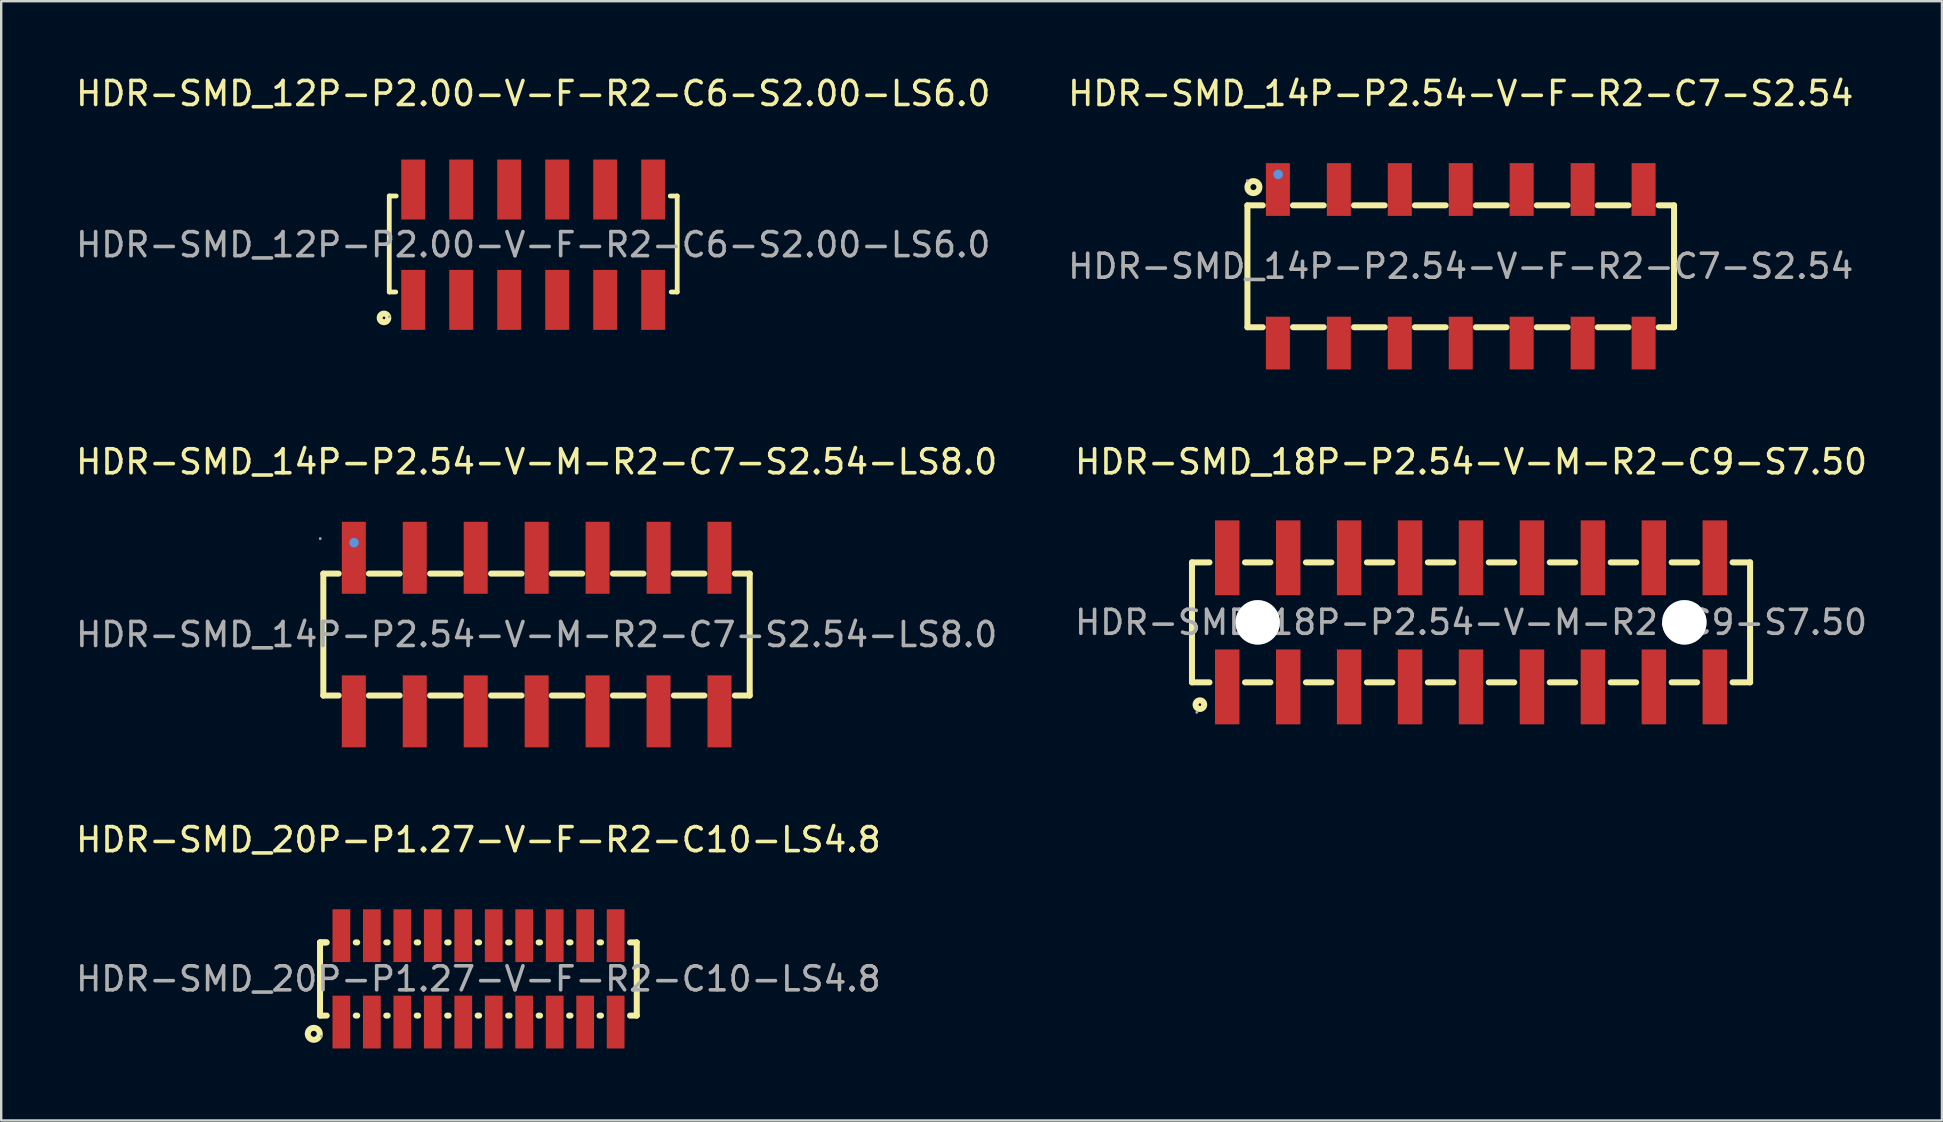
<source format=kicad_pcb>
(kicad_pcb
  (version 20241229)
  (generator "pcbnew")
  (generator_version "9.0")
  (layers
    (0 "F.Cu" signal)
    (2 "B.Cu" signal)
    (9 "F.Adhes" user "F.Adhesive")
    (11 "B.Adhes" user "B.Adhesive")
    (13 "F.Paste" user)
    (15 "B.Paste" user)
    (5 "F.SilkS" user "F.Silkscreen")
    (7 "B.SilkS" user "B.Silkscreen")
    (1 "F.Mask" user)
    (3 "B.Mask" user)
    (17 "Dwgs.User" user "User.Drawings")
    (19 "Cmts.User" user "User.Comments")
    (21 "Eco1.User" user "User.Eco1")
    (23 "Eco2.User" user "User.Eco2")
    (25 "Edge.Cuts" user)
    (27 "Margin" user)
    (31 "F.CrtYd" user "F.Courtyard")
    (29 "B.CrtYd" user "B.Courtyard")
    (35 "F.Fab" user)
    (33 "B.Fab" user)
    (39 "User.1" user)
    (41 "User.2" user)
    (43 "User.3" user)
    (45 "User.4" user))
  (footprint "HDR-SMD_12P-P2.00-V-F-R2-C6-S2.00-LS6.0"
    (layer "F.Cu")
    (at 19.173 7.148)
    (property "Reference" "HDR-SMD_12P-P2.00-V-F-R2-C6-S2.00-LS6.0" (at 0 -6.3 0) (layer "F.SilkS") (effects (font (size 1 1) (thickness 0.15))))
    (attr through_hole)
    (fp_line (start -6 -2.03) (end -6 1.97) (stroke (width 0.2) (type solid)) (layer "F.SilkS"))
    (fp_line (start -6 1.97) (end -5.73 1.97) (stroke (width 0.2) (type solid)) (layer "F.SilkS"))
    (fp_line (start -5.71 -2.03) (end -6 -2.03) (stroke (width 0.2) (type solid)) (layer "F.SilkS"))
    (fp_line (start 5.71 -2.03) (end 6 -2.03) (stroke (width 0.2) (type solid)) (layer "F.SilkS"))
    (fp_line (start 6 -2.03) (end 6 1.97) (stroke (width 0.2) (type solid)) (layer "F.SilkS"))
    (fp_line (start 6 1.97) (end 5.75 1.97) (stroke (width 0.2) (type solid)) (layer "F.SilkS"))
    (fp_circle (center -6.22 3.05) (end -6.04 3.05) (stroke (width 0.25) (type solid)) (fill no) (layer "F.SilkS"))
    (fp_circle (center -6 3) (end -5.97 3) (stroke (width 0.06) (type solid)) (fill no) (layer "F.Fab"))
    (fp_text user "${REFERENCE}" (at 0 0 0) (layer "F.Fab") (effects (font (size 1 1) (thickness 0.15))))
    (pad "1" smd rect (at -5 2.3) (size 1 2.5) (layers "F.Cu" "F.Mask" "F.Paste"))
    (pad "2" smd rect (at -5 -2.3) (size 1 2.5) (layers "F.Cu" "F.Mask" "F.Paste"))
    (pad "3" smd rect (at -3 2.3) (size 1 2.5) (layers "F.Cu" "F.Mask" "F.Paste"))
    (pad "4" smd rect (at -3 -2.3) (size 1 2.5) (layers "F.Cu" "F.Mask" "F.Paste"))
    (pad "5" smd rect (at -1 2.3) (size 1 2.5) (layers "F.Cu" "F.Mask" "F.Paste"))
    (pad "6" smd rect (at -1 -2.3) (size 1 2.5) (layers "F.Cu" "F.Mask" "F.Paste"))
    (pad "7" smd rect (at 1 2.3) (size 1 2.5) (layers "F.Cu" "F.Mask" "F.Paste"))
    (pad "8" smd rect (at 1 -2.3) (size 1 2.5) (layers "F.Cu" "F.Mask" "F.Paste"))
    (pad "9" smd rect (at 3 2.3) (size 1 2.5) (layers "F.Cu" "F.Mask" "F.Paste"))
    (pad "10" smd rect (at 3 -2.3) (size 1 2.5) (layers "F.Cu" "F.Mask" "F.Paste"))
    (pad "11" smd rect (at 5 2.3) (size 1 2.5) (layers "F.Cu" "F.Mask" "F.Paste"))
    (pad "12" smd rect (at 5 -2.3) (size 1 2.5) (layers "F.Cu" "F.Mask" "F.Paste")))
  (footprint "HDR-SMD_14P-P2.54-V-M-R2-C7-S2.54-LS8.0"
    (layer "F.Cu")
    (at 19.315 23.396)
    (property "Reference" "HDR-SMD_14P-P2.54-V-M-R2-C7-S2.54-LS8.0" (at 0 -7.2 0) (layer "F.SilkS") (effects (font (size 1 1) (thickness 0.15))))
    (attr through_hole)
    (fp_line (start -8.89 -2.54) (end -8.89 2.54) (stroke (width 0.25) (type solid)) (layer "F.SilkS"))
    (fp_line (start -8.89 2.54) (end -8.25 2.54) (stroke (width 0.25) (type solid)) (layer "F.SilkS"))
    (fp_line (start -8.25 -2.54) (end -8.89 -2.54) (stroke (width 0.25) (type solid)) (layer "F.SilkS"))
    (fp_line (start -6.99 2.54) (end -5.71 2.54) (stroke (width 0.25) (type solid)) (layer "F.SilkS"))
    (fp_line (start -5.71 -2.54) (end -6.99 -2.54) (stroke (width 0.25) (type solid)) (layer "F.SilkS"))
    (fp_line (start -4.44 2.54) (end -3.17 2.54) (stroke (width 0.25) (type solid)) (layer "F.SilkS"))
    (fp_line (start -3.17 -2.54) (end -4.44 -2.54) (stroke (width 0.25) (type solid)) (layer "F.SilkS"))
    (fp_line (start -1.9 2.54) (end -0.63 2.54) (stroke (width 0.25) (type solid)) (layer "F.SilkS"))
    (fp_line (start -0.63 -2.54) (end -1.9 -2.54) (stroke (width 0.25) (type solid)) (layer "F.SilkS"))
    (fp_line (start 0.63 2.54) (end 1.9 2.54) (stroke (width 0.25) (type solid)) (layer "F.SilkS"))
    (fp_line (start 1.9 -2.54) (end 0.63 -2.54) (stroke (width 0.25) (type solid)) (layer "F.SilkS"))
    (fp_line (start 3.18 2.54) (end 4.45 2.54) (stroke (width 0.25) (type solid)) (layer "F.SilkS"))
    (fp_line (start 4.45 -2.54) (end 3.18 -2.54) (stroke (width 0.25) (type solid)) (layer "F.SilkS"))
    (fp_line (start 5.72 2.54) (end 6.99 2.54) (stroke (width 0.25) (type solid)) (layer "F.SilkS"))
    (fp_line (start 6.99 -2.54) (end 5.72 -2.54) (stroke (width 0.25) (type solid)) (layer "F.SilkS"))
    (fp_line (start 8.26 2.54) (end 8.88 2.54) (stroke (width 0.25) (type solid)) (layer "F.SilkS"))
    (fp_line (start 8.88 -2.54) (end 8.26 -2.54) (stroke (width 0.25) (type solid)) (layer "F.SilkS"))
    (fp_line (start 8.88 2.54) (end 8.88 -2.54) (stroke (width 0.25) (type solid)) (layer "F.SilkS"))
    (fp_circle (center -7.61 -3.83) (end -7.51 -3.83) (stroke (width 0.2) (type solid)) (fill no) (layer "Cmts.User"))
    (fp_circle (center -9.02 -4) (end -8.99 -4) (stroke (width 0.06) (type solid)) (fill no) (layer "F.Fab"))
    (fp_text user "${REFERENCE}" (at 0 0 0) (layer "F.Fab") (effects (font (size 1 1) (thickness 0.15))))
    (pad "1" smd rect (at -7.62 -3.2) (size 1 3) (layers "F.Cu" "F.Mask" "F.Paste"))
    (pad "2" smd rect (at -7.62 3.2) (size 1 3) (layers "F.Cu" "F.Mask" "F.Paste"))
    (pad "3" smd rect (at -5.08 -3.2) (size 1 3) (layers "F.Cu" "F.Mask" "F.Paste"))
    (pad "4" smd rect (at -5.08 3.2) (size 1 3) (layers "F.Cu" "F.Mask" "F.Paste"))
    (pad "5" smd rect (at -2.54 -3.2) (size 1 3) (layers "F.Cu" "F.Mask" "F.Paste"))
    (pad "6" smd rect (at -2.54 3.2) (size 1 3) (layers "F.Cu" "F.Mask" "F.Paste"))
    (pad "7" smd rect (at 0 -3.2) (size 1 3) (layers "F.Cu" "F.Mask" "F.Paste"))
    (pad "8" smd rect (at 0 3.2) (size 1 3) (layers "F.Cu" "F.Mask" "F.Paste"))
    (pad "9" smd rect (at 2.54 -3.2) (size 1 3) (layers "F.Cu" "F.Mask" "F.Paste"))
    (pad "10" smd rect (at 2.54 3.2) (size 1 3) (layers "F.Cu" "F.Mask" "F.Paste"))
    (pad "11" smd rect (at 5.08 -3.2) (size 1 3) (layers "F.Cu" "F.Mask" "F.Paste"))
    (pad "12" smd rect (at 5.08 3.2) (size 1 3) (layers "F.Cu" "F.Mask" "F.Paste"))
    (pad "13" smd rect (at 7.62 -3.2) (size 1 3) (layers "F.Cu" "F.Mask" "F.Paste"))
    (pad "14" smd rect (at 7.62 3.2) (size 1 3) (layers "F.Cu" "F.Mask" "F.Paste")))
  (footprint "HDR-SMD_18P-P2.54-V-M-R2-C9-S7.50"
    (layer "F.Cu")
    (at 58.256 22.887)
    (property "Reference" "HDR-SMD_18P-P2.54-V-M-R2-C9-S7.50" (at 0 -6.69 0) (layer "F.SilkS") (effects (font (size 1 1) (thickness 0.15))))
    (attr through_hole)
    (fp_line (start -11.63 -2.5) (end -11.63 2.5) (stroke (width 0.25) (type solid)) (layer "F.SilkS"))
    (fp_line (start -11.63 -2.5) (end -10.9 -2.5) (stroke (width 0.25) (type solid)) (layer "F.SilkS"))
    (fp_line (start -11.63 2.5) (end -10.9 2.5) (stroke (width 0.25) (type solid)) (layer "F.SilkS"))
    (fp_line (start -9.42 -2.5) (end -8.36 -2.5) (stroke (width 0.25) (type solid)) (layer "F.SilkS"))
    (fp_line (start -9.42 2.5) (end -8.36 2.5) (stroke (width 0.25) (type solid)) (layer "F.SilkS"))
    (fp_line (start -6.88 -2.5) (end -5.82 -2.5) (stroke (width 0.25) (type solid)) (layer "F.SilkS"))
    (fp_line (start -6.88 2.5) (end -5.82 2.5) (stroke (width 0.25) (type solid)) (layer "F.SilkS"))
    (fp_line (start -4.34 -2.5) (end -3.28 -2.5) (stroke (width 0.25) (type solid)) (layer "F.SilkS"))
    (fp_line (start -4.34 2.5) (end -3.28 2.5) (stroke (width 0.25) (type solid)) (layer "F.SilkS"))
    (fp_line (start -1.8 -2.5) (end -0.74 -2.5) (stroke (width 0.25) (type solid)) (layer "F.SilkS"))
    (fp_line (start -1.8 2.5) (end -0.74 2.5) (stroke (width 0.25) (type solid)) (layer "F.SilkS"))
    (fp_line (start 0.74 -2.5) (end 1.8 -2.5) (stroke (width 0.25) (type solid)) (layer "F.SilkS"))
    (fp_line (start 0.74 2.5) (end 1.8 2.5) (stroke (width 0.25) (type solid)) (layer "F.SilkS"))
    (fp_line (start 3.28 -2.5) (end 4.34 -2.5) (stroke (width 0.25) (type solid)) (layer "F.SilkS"))
    (fp_line (start 3.28 2.5) (end 4.34 2.5) (stroke (width 0.25) (type solid)) (layer "F.SilkS"))
    (fp_line (start 5.82 -2.5) (end 6.88 -2.5) (stroke (width 0.25) (type solid)) (layer "F.SilkS"))
    (fp_line (start 5.82 2.5) (end 6.88 2.5) (stroke (width 0.25) (type solid)) (layer "F.SilkS"))
    (fp_line (start 8.36 -2.5) (end 9.42 -2.5) (stroke (width 0.25) (type solid)) (layer "F.SilkS"))
    (fp_line (start 8.36 2.5) (end 9.42 2.5) (stroke (width 0.25) (type solid)) (layer "F.SilkS"))
    (fp_line (start 10.9 -2.5) (end 11.63 -2.5) (stroke (width 0.25) (type solid)) (layer "F.SilkS"))
    (fp_line (start 10.9 2.5) (end 11.63 2.5) (stroke (width 0.25) (type solid)) (layer "F.SilkS"))
    (fp_line (start 11.63 -2.5) (end 11.63 2.5) (stroke (width 0.25) (type solid)) (layer "F.SilkS"))
    (fp_circle (center -11.3 3.43) (end -11.12 3.43) (stroke (width 0.25) (type solid)) (fill no) (layer "F.SilkS"))
    (fp_circle (center -8.89 0) (end -8.49 0) (stroke (width 0.8) (type solid)) (fill no) (layer "Cmts.User"))
    (fp_circle (center 8.89 0) (end 9.29 0) (stroke (width 0.8) (type solid)) (fill no) (layer "Cmts.User"))
    (fp_circle (center -11.43 3.75) (end -11.4 3.75) (stroke (width 0.06) (type solid)) (fill no) (layer "F.Fab"))
    (fp_text user "${REFERENCE}" (at 0 0 0) (layer "F.Fab") (effects (font (size 1 1) (thickness 0.15))))
    (pad "" thru_hole circle (at -8.89 0) (size 1.85 1.85) (drill 1.85) (layers "*.Cu" "*.Mask"))
    (pad "" thru_hole circle (at 8.89 0) (size 1.85 1.85) (drill 1.85) (layers "*.Cu" "*.Mask"))
    (pad "1" smd rect (at -10.16 2.69 90) (size 3.12 1.02) (layers "F.Cu" "F.Mask" "F.Paste"))
    (pad "2" smd rect (at -10.16 -2.69 90) (size 3.12 1.02) (layers "F.Cu" "F.Mask" "F.Paste"))
    (pad "3" smd rect (at -7.62 2.69 90) (size 3.12 1.02) (layers "F.Cu" "F.Mask" "F.Paste"))
    (pad "4" smd rect (at -7.62 -2.69 90) (size 3.12 1.02) (layers "F.Cu" "F.Mask" "F.Paste"))
    (pad "5" smd rect (at -5.08 2.69 90) (size 3.12 1.02) (layers "F.Cu" "F.Mask" "F.Paste"))
    (pad "6" smd rect (at -5.08 -2.69 90) (size 3.12 1.02) (layers "F.Cu" "F.Mask" "F.Paste"))
    (pad "7" smd rect (at -2.54 2.69 90) (size 3.12 1.02) (layers "F.Cu" "F.Mask" "F.Paste"))
    (pad "8" smd rect (at -2.54 -2.69 90) (size 3.12 1.02) (layers "F.Cu" "F.Mask" "F.Paste"))
    (pad "9" smd rect (at 0 2.69 90) (size 3.12 1.02) (layers "F.Cu" "F.Mask" "F.Paste"))
    (pad "10" smd rect (at 0 -2.69 90) (size 3.12 1.02) (layers "F.Cu" "F.Mask" "F.Paste"))
    (pad "11" smd rect (at 2.54 2.69 90) (size 3.12 1.02) (layers "F.Cu" "F.Mask" "F.Paste"))
    (pad "12" smd rect (at 2.54 -2.69 90) (size 3.12 1.02) (layers "F.Cu" "F.Mask" "F.Paste"))
    (pad "13" smd rect (at 5.08 2.69 90) (size 3.12 1.02) (layers "F.Cu" "F.Mask" "F.Paste"))
    (pad "14" smd rect (at 5.08 -2.69 90) (size 3.12 1.02) (layers "F.Cu" "F.Mask" "F.Paste"))
    (pad "15" smd rect (at 7.62 2.69 90) (size 3.12 1.02) (layers "F.Cu" "F.Mask" "F.Paste"))
    (pad "16" smd rect (at 7.62 -2.69 90) (size 3.12 1.02) (layers "F.Cu" "F.Mask" "F.Paste"))
    (pad "17" smd rect (at 10.16 2.69 90) (size 3.12 1.02) (layers "F.Cu" "F.Mask" "F.Paste"))
    (pad "18" smd rect (at 10.16 -2.69 90) (size 3.12 1.02) (layers "F.Cu" "F.Mask" "F.Paste")))
  (footprint "HDR-SMD_20P-P1.27-V-F-R2-C10-LS4.8"
    (layer "F.Cu")
    (at 16.887 37.745)
    (property "Reference" "HDR-SMD_20P-P1.27-V-F-R2-C10-LS4.8" (at 0 -5.8 0) (layer "F.SilkS") (effects (font (size 1 1) (thickness 0.15))))
    (attr through_hole)
    (fp_line (start -6.6 -1.52) (end -6.6 1.53) (stroke (width 0.25) (type solid)) (layer "F.SilkS"))
    (fp_line (start -6.6 1.53) (end -6.32 1.53) (stroke (width 0.25) (type solid)) (layer "F.SilkS"))
    (fp_line (start -6.35 -1.52) (end -6.6 -1.52) (stroke (width 0.25) (type solid)) (layer "F.SilkS"))
    (fp_line (start -6.32 -1.52) (end -6.6 -1.52) (stroke (width 0.25) (type solid)) (layer "F.SilkS"))
    (fp_line (start -5.11 1.53) (end -5.05 1.53) (stroke (width 0.25) (type solid)) (layer "F.SilkS"))
    (fp_line (start -5.05 -1.52) (end -5.11 -1.52) (stroke (width 0.25) (type solid)) (layer "F.SilkS"))
    (fp_line (start -3.84 1.53) (end -3.78 1.53) (stroke (width 0.25) (type solid)) (layer "F.SilkS"))
    (fp_line (start -3.78 -1.52) (end -3.84 -1.52) (stroke (width 0.25) (type solid)) (layer "F.SilkS"))
    (fp_line (start -2.57 1.53) (end -2.51 1.53) (stroke (width 0.25) (type solid)) (layer "F.SilkS"))
    (fp_line (start -2.51 -1.52) (end -2.57 -1.52) (stroke (width 0.25) (type solid)) (layer "F.SilkS"))
    (fp_line (start -1.3 1.53) (end -1.24 1.53) (stroke (width 0.25) (type solid)) (layer "F.SilkS"))
    (fp_line (start -1.24 -1.52) (end -1.3 -1.52) (stroke (width 0.25) (type solid)) (layer "F.SilkS"))
    (fp_line (start -0.03 1.53) (end 0.03 1.53) (stroke (width 0.25) (type solid)) (layer "F.SilkS"))
    (fp_line (start 0.03 -1.52) (end -0.03 -1.52) (stroke (width 0.25) (type solid)) (layer "F.SilkS"))
    (fp_line (start 1.24 1.53) (end 1.3 1.53) (stroke (width 0.25) (type solid)) (layer "F.SilkS"))
    (fp_line (start 1.3 -1.52) (end 1.24 -1.52) (stroke (width 0.25) (type solid)) (layer "F.SilkS"))
    (fp_line (start 2.51 1.53) (end 2.57 1.53) (stroke (width 0.25) (type solid)) (layer "F.SilkS"))
    (fp_line (start 2.57 -1.52) (end 2.51 -1.52) (stroke (width 0.25) (type solid)) (layer "F.SilkS"))
    (fp_line (start 3.78 1.53) (end 3.84 1.53) (stroke (width 0.25) (type solid)) (layer "F.SilkS"))
    (fp_line (start 3.84 -1.52) (end 3.78 -1.52) (stroke (width 0.25) (type solid)) (layer "F.SilkS"))
    (fp_line (start 5.05 1.53) (end 5.11 1.53) (stroke (width 0.25) (type solid)) (layer "F.SilkS"))
    (fp_line (start 5.11 -1.52) (end 5.05 -1.52) (stroke (width 0.25) (type solid)) (layer "F.SilkS"))
    (fp_line (start 6.32 1.53) (end 6.6 1.53) (stroke (width 0.25) (type solid)) (layer "F.SilkS"))
    (fp_line (start 6.6 -1.52) (end 6.32 -1.52) (stroke (width 0.25) (type solid)) (layer "F.SilkS"))
    (fp_line (start 6.6 1.53) (end 6.6 -1.52) (stroke (width 0.25) (type solid)) (layer "F.SilkS"))
    (fp_circle (center -6.86 2.29) (end -6.61 2.29) (stroke (width 0.25) (type solid)) (fill no) (layer "F.SilkS"))
    (fp_circle (center -6.55 2.4) (end -6.52 2.4) (stroke (width 0.06) (type solid)) (fill no) (layer "F.Fab"))
    (fp_text user "${REFERENCE}" (at 0 0 0) (layer "F.Fab") (effects (font (size 1 1) (thickness 0.15))))
    (pad "1" smd rect (at -5.71 1.8 90) (size 2.2 0.74) (layers "F.Cu" "F.Mask" "F.Paste"))
    (pad "2" smd rect (at -5.71 -1.8 90) (size 2.2 0.74) (layers "F.Cu" "F.Mask" "F.Paste"))
    (pad "3" smd rect (at -4.44 1.8 90) (size 2.2 0.74) (layers "F.Cu" "F.Mask" "F.Paste"))
    (pad "4" smd rect (at -4.44 -1.8 90) (size 2.2 0.74) (layers "F.Cu" "F.Mask" "F.Paste"))
    (pad "5" smd rect (at -3.17 1.8 90) (size 2.2 0.74) (layers "F.Cu" "F.Mask" "F.Paste"))
    (pad "6" smd rect (at -3.17 -1.8 90) (size 2.2 0.74) (layers "F.Cu" "F.Mask" "F.Paste"))
    (pad "7" smd rect (at -1.9 1.8 90) (size 2.2 0.74) (layers "F.Cu" "F.Mask" "F.Paste"))
    (pad "8" smd rect (at -1.9 -1.8 90) (size 2.2 0.74) (layers "F.Cu" "F.Mask" "F.Paste"))
    (pad "9" smd rect (at -0.63 1.8 90) (size 2.2 0.74) (layers "F.Cu" "F.Mask" "F.Paste"))
    (pad "10" smd rect (at -0.63 -1.8 90) (size 2.2 0.74) (layers "F.Cu" "F.Mask" "F.Paste"))
    (pad "11" smd rect (at 0.64 1.8 90) (size 2.2 0.74) (layers "F.Cu" "F.Mask" "F.Paste"))
    (pad "12" smd rect (at 0.64 -1.8 90) (size 2.2 0.74) (layers "F.Cu" "F.Mask" "F.Paste"))
    (pad "13" smd rect (at 1.91 1.8 90) (size 2.2 0.74) (layers "F.Cu" "F.Mask" "F.Paste"))
    (pad "14" smd rect (at 1.91 -1.8 90) (size 2.2 0.74) (layers "F.Cu" "F.Mask" "F.Paste"))
    (pad "15" smd rect (at 3.18 1.8 90) (size 2.2 0.74) (layers "F.Cu" "F.Mask" "F.Paste"))
    (pad "16" smd rect (at 3.18 -1.8 90) (size 2.2 0.74) (layers "F.Cu" "F.Mask" "F.Paste"))
    (pad "17" smd rect (at 4.45 1.8 90) (size 2.2 0.74) (layers "F.Cu" "F.Mask" "F.Paste"))
    (pad "18" smd rect (at 4.45 -1.8 90) (size 2.2 0.74) (layers "F.Cu" "F.Mask" "F.Paste"))
    (pad "19" smd rect (at 5.72 1.8 90) (size 2.2 0.74) (layers "F.Cu" "F.Mask" "F.Paste"))
    (pad "20" smd rect (at 5.72 -1.8 90) (size 2.2 0.74) (layers "F.Cu" "F.Mask" "F.Paste")))
  (footprint "HDR-SMD_14P-P2.54-V-F-R2-C7-S2.54"
    (layer "F.Cu")
    (at 57.827 8.048)
    (property "Reference" "HDR-SMD_14P-P2.54-V-F-R2-C7-S2.54" (at 0 -7.2 0) (layer "F.SilkS") (effects (font (size 1 1) (thickness 0.15))))
    (attr through_hole)
    (fp_line (start -8.89 -2.54) (end -8.89 2.54) (stroke (width 0.25) (type solid)) (layer "F.SilkS"))
    (fp_line (start -8.89 2.54) (end -8.25 2.54) (stroke (width 0.25) (type solid)) (layer "F.SilkS"))
    (fp_line (start -8.25 -2.54) (end -8.89 -2.54) (stroke (width 0.25) (type solid)) (layer "F.SilkS"))
    (fp_line (start -6.99 2.54) (end -5.71 2.54) (stroke (width 0.25) (type solid)) (layer "F.SilkS"))
    (fp_line (start -5.71 -2.54) (end -6.99 -2.54) (stroke (width 0.25) (type solid)) (layer "F.SilkS"))
    (fp_line (start -4.45 2.54) (end -3.17 2.54) (stroke (width 0.25) (type solid)) (layer "F.SilkS"))
    (fp_line (start -3.17 -2.54) (end -4.45 -2.54) (stroke (width 0.25) (type solid)) (layer "F.SilkS"))
    (fp_line (start -1.91 2.54) (end -0.63 2.54) (stroke (width 0.25) (type solid)) (layer "F.SilkS"))
    (fp_line (start -0.63 -2.54) (end -1.91 -2.54) (stroke (width 0.25) (type solid)) (layer "F.SilkS"))
    (fp_line (start 0.63 2.54) (end 1.91 2.54) (stroke (width 0.25) (type solid)) (layer "F.SilkS"))
    (fp_line (start 1.91 -2.54) (end 0.63 -2.54) (stroke (width 0.25) (type solid)) (layer "F.SilkS"))
    (fp_line (start 3.17 2.54) (end 4.45 2.54) (stroke (width 0.25) (type solid)) (layer "F.SilkS"))
    (fp_line (start 4.45 -2.54) (end 3.17 -2.54) (stroke (width 0.25) (type solid)) (layer "F.SilkS"))
    (fp_line (start 5.71 2.54) (end 6.99 2.54) (stroke (width 0.25) (type solid)) (layer "F.SilkS"))
    (fp_line (start 6.99 -2.54) (end 5.71 -2.54) (stroke (width 0.25) (type solid)) (layer "F.SilkS"))
    (fp_line (start 8.25 2.54) (end 8.89 2.54) (stroke (width 0.25) (type solid)) (layer "F.SilkS"))
    (fp_line (start 8.89 -2.54) (end 8.25 -2.54) (stroke (width 0.25) (type solid)) (layer "F.SilkS"))
    (fp_line (start 8.89 2.54) (end 8.89 -2.54) (stroke (width 0.25) (type solid)) (layer "F.SilkS"))
    (fp_circle (center -8.64 -3.3) (end -8.39 -3.3) (stroke (width 0.25) (type solid)) (fill no) (layer "F.SilkS"))
    (fp_circle (center -7.61 -3.83) (end -7.51 -3.83) (stroke (width 0.2) (type solid)) (fill no) (layer "Cmts.User"))
    (fp_circle (center -8.9 -3.57) (end -8.87 -3.57) (stroke (width 0.06) (type solid)) (fill no) (layer "F.Fab"))
    (fp_text user "${REFERENCE}" (at 0 0 0) (layer "F.Fab") (effects (font (size 1 1) (thickness 0.15))))
    (pad "1" smd rect (at -7.62 -3.2) (size 1 2.2) (layers "F.Cu" "F.Mask" "F.Paste"))
    (pad "2" smd rect (at -7.62 3.2) (size 1 2.2) (layers "F.Cu" "F.Mask" "F.Paste"))
    (pad "3" smd rect (at -5.08 -3.2) (size 1 2.2) (layers "F.Cu" "F.Mask" "F.Paste"))
    (pad "4" smd rect (at -5.08 3.2) (size 1 2.2) (layers "F.Cu" "F.Mask" "F.Paste"))
    (pad "5" smd rect (at -2.54 -3.2) (size 1 2.2) (layers "F.Cu" "F.Mask" "F.Paste"))
    (pad "6" smd rect (at -2.54 3.2) (size 1 2.2) (layers "F.Cu" "F.Mask" "F.Paste"))
    (pad "7" smd rect (at 0 -3.2) (size 1 2.2) (layers "F.Cu" "F.Mask" "F.Paste"))
    (pad "8" smd rect (at 0 3.2) (size 1 2.2) (layers "F.Cu" "F.Mask" "F.Paste"))
    (pad "9" smd rect (at 2.54 -3.2) (size 1 2.2) (layers "F.Cu" "F.Mask" "F.Paste"))
    (pad "10" smd rect (at 2.54 3.2) (size 1 2.2) (layers "F.Cu" "F.Mask" "F.Paste"))
    (pad "11" smd rect (at 5.08 -3.2) (size 1 2.2) (layers "F.Cu" "F.Mask" "F.Paste"))
    (pad "12" smd rect (at 5.08 3.2) (size 1 2.2) (layers "F.Cu" "F.Mask" "F.Paste"))
    (pad "13" smd rect (at 7.62 -3.2) (size 1 2.2) (layers "F.Cu" "F.Mask" "F.Paste"))
    (pad "14" smd rect (at 7.62 3.2) (size 1 2.2) (layers "F.Cu" "F.Mask" "F.Paste")))
  (gr_rect
    (start -3 -3)
    (end 77.881 43.645)
    (stroke (width 0.1) (type default))
    (fill no)
    (layer "Edge.Cuts")))
</source>
